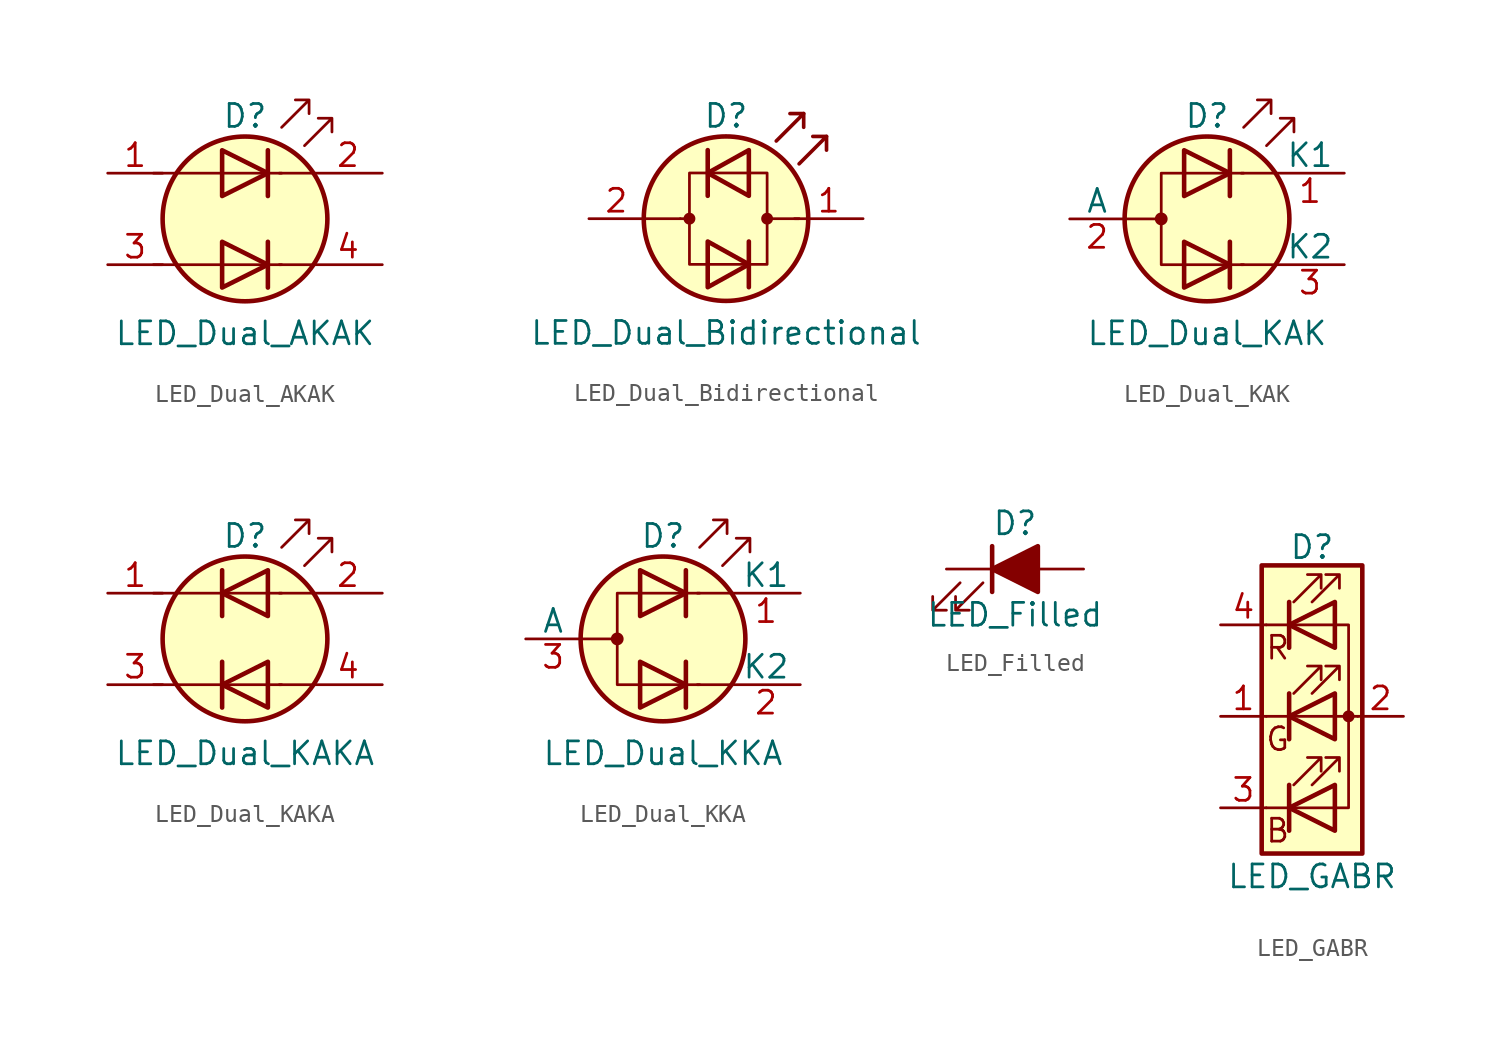
<source format=kicad_sym>
(kicad_symbol_lib
  (version 20241209)
  (generator "kicad_symbol_editor")
  (generator_version "9.0")
  (symbol "LED_Dual_AKAK"
    (pin_names
      (offset 0)
      (hide yes))
    (property "Reference" "D"
      (at 0 5.715 0)
      (effects (font (size 1.27 1.27))))
    (property "Value" "LED_Dual_AKAK"
      (at 0 -6.35 0)
      (effects (font (size 1.27 1.27))))
    (symbol "LED_Dual_AKAK_0_1"
      (polyline (pts (xy -5.08 2.54) (xy 2.032 2.54)) (stroke (width 0) (type solid)) (fill (type none)))
      (polyline (pts (xy -5.08 -2.54) (xy 2.032 -2.54)) (stroke (width 0) (type solid)) (fill (type none)))
      (polyline (pts (xy -1.27 3.81) (xy -1.27 1.27) (xy 1.27 2.54) (xy -1.27 3.81)) (stroke (width 0.254) (type solid)) (fill (type none)))
      (polyline (pts (xy -1.27 -1.27) (xy -1.27 -3.81) (xy 1.27 -2.54) (xy -1.27 -1.27)) (stroke (width 0.254) (type solid)) (fill (type none)))
      (circle (center 0 0) (radius 4.572) (stroke (width 0.254) (type solid)) (fill (type background)))
      (polyline (pts (xy 1.27 3.81) (xy 1.27 1.27)) (stroke (width 0.254) (type solid)) (fill (type none)))
      (polyline (pts (xy 1.27 -1.27) (xy 1.27 -3.81)) (stroke (width 0.254) (type solid)) (fill (type none)))
      (polyline (pts (xy 2.032 5.08) (xy 3.556 6.604) (xy 2.794 6.604) (xy 3.556 6.604) (xy 3.556 5.842)) (stroke (width 0) (type solid)) (fill (type none)))
      (polyline (pts (xy 3.302 4.064) (xy 4.826 5.588) (xy 4.064 5.588) (xy 4.826 5.588) (xy 4.826 4.826)) (stroke (width 0) (type solid)) (fill (type none)))
      (polyline (pts (xy 3.81 2.54) (xy 1.905 2.54)) (stroke (width 0) (type solid)) (fill (type none)))
      (polyline (pts (xy 3.81 -2.54) (xy 1.905 -2.54)) (stroke (width 0) (type solid)) (fill (type none))))
    (symbol "LED_Dual_AKAK_1_1"
      (pin input line (at -7.62 2.54 0) (length 3.048) (name "A1" (effects (font (size 1.27 1.27)))) (number "1" (effects (font (size 1.27 1.27)))))
      (pin input line (at -7.62 -2.54 0) (length 3.048) (name "A2" (effects (font (size 1.27 1.27)))) (number "3" (effects (font (size 1.27 1.27)))))
      (pin input line (at 7.62 2.54 180) (length 3.81) (name "K1" (effects (font (size 1.27 1.27)))) (number "2" (effects (font (size 1.27 1.27)))))
      (pin input line (at 7.62 -2.54 180) (length 3.81) (name "K2" (effects (font (size 1.27 1.27)))) (number "4" (effects (font (size 1.27 1.27)))))))
  (symbol "LED_Dual_Bidirectional"
    (pin_names
      (offset 0)
      (hide yes))
    (property "Reference" "D"
      (at 0 5.715 0)
      (effects (font (size 1.27 1.27))))
    (property "Value" "LED_Dual_Bidirectional"
      (at 0 -6.35 0)
      (effects (font (size 1.27 1.27))))
    (symbol "LED_Dual_Bidirectional_0_1"
      (polyline (pts (xy -4.572 0) (xy -2.54 0)) (stroke (width 0) (type solid)) (fill (type none)))
      (circle (center -2.032 0) (radius 0.254) (stroke (width 0) (type solid)) (fill (type outline)))
      (polyline (pts (xy -2.032 0) (xy -2.54 0)) (stroke (width 0) (type solid)) (fill (type none)))
      (polyline (pts (xy -1.016 3.81) (xy -1.016 1.27)) (stroke (width 0.254) (type solid)) (fill (type none)))
      (polyline (pts (xy -1.016 -1.27) (xy -1.016 -3.81) (xy 1.27 -2.54) (xy -1.016 -1.27)) (stroke (width 0.254) (type solid)) (fill (type none)))
      (circle (center 0 0) (radius 4.572) (stroke (width 0.254) (type solid)) (fill (type background)))
      (polyline (pts (xy 1.27 3.81) (xy 1.27 1.27) (xy -1.016 2.54) (xy 1.27 3.81)) (stroke (width 0.254) (type solid)) (fill (type none)))
      (polyline (pts (xy 1.27 -1.27) (xy 1.27 -3.81)) (stroke (width 0.254) (type solid)) (fill (type none)))
      (polyline (pts (xy 2.286 2.54) (xy -2.032 2.54) (xy -2.032 -2.54) (xy 2.286 -2.54) (xy 2.286 2.54)) (stroke (width 0) (type solid)) (fill (type none)))
      (circle (center 2.286 0) (radius 0.254) (stroke (width 0) (type solid)) (fill (type outline)))
      (polyline (pts (xy 2.794 4.318) (xy 4.318 5.842) (xy 3.556 5.842)) (stroke (width 0.203) (type solid)) (fill (type none)))
      (polyline (pts (xy 4.064 3.048) (xy 5.588 4.572) (xy 4.826 4.572)) (stroke (width 0.203) (type solid)) (fill (type none)))
      (polyline (pts (xy 4.064 0) (xy 2.286 0)) (stroke (width 0) (type solid)) (fill (type outline)))
      (polyline (pts (xy 4.318 5.842) (xy 4.318 5.08)) (stroke (width 0.203) (type solid)) (fill (type none)))
      (polyline (pts (xy 5.588 4.572) (xy 5.588 3.81)) (stroke (width 0.203) (type solid)) (fill (type none))))
    (symbol "LED_Dual_Bidirectional_1_1"
      (pin input line (at -7.62 0 0) (length 3.048) (name "AK" (effects (font (size 1.27 1.27)))) (number "2" (effects (font (size 1.27 1.27)))))
      (pin input line (at 7.62 0 180) (length 3.81) (name "KA" (effects (font (size 1.27 1.27)))) (number "1" (effects (font (size 1.27 1.27)))))))
  (symbol "LED_Dual_KAK"
    (pin_names
      (offset 0))
    (property "Reference" "D"
      (at 0 5.715 0)
      (effects (font (size 1.27 1.27))))
    (property "Value" "LED_Dual_KAK"
      (at 0 -6.35 0)
      (effects (font (size 1.27 1.27))))
    (symbol "LED_Dual_KAK_0_1"
      (polyline (pts (xy -4.572 0) (xy -2.54 0)) (stroke (width 0) (type solid)) (fill (type none)))
      (circle (center -2.54 0) (radius 0.279) (stroke (width 0) (type solid)) (fill (type outline)))
      (polyline (pts (xy -1.27 3.81) (xy -1.27 1.27) (xy 1.27 2.54) (xy -1.27 3.81)) (stroke (width 0.254) (type solid)) (fill (type none)))
      (polyline (pts (xy -1.27 -1.27) (xy -1.27 -3.81) (xy 1.27 -2.54) (xy -1.27 -1.27)) (stroke (width 0.254) (type solid)) (fill (type none)))
      (circle (center 0 0) (radius 4.572) (stroke (width 0.254) (type solid)) (fill (type background)))
      (polyline (pts (xy 1.27 3.81) (xy 1.27 1.27)) (stroke (width 0.254) (type solid)) (fill (type none)))
      (polyline (pts (xy 1.27 -1.27) (xy 1.27 -3.81)) (stroke (width 0.254) (type solid)) (fill (type none)))
      (polyline (pts (xy 2.032 5.08) (xy 3.556 6.604) (xy 2.794 6.604) (xy 3.556 6.604) (xy 3.556 5.842)) (stroke (width 0) (type solid)) (fill (type none)))
      (polyline (pts (xy 2.032 2.54) (xy -2.54 2.54) (xy -2.54 -2.54) (xy 2.032 -2.54)) (stroke (width 0) (type solid)) (fill (type none)))
      (polyline (pts (xy 3.302 4.064) (xy 4.826 5.588) (xy 4.064 5.588) (xy 4.826 5.588) (xy 4.826 4.826)) (stroke (width 0) (type solid)) (fill (type none)))
      (polyline (pts (xy 3.81 2.54) (xy 1.905 2.54)) (stroke (width 0) (type solid)) (fill (type none)))
      (polyline (pts (xy 3.81 -2.54) (xy 1.905 -2.54)) (stroke (width 0) (type solid)) (fill (type none))))
    (symbol "LED_Dual_KAK_1_1"
      (pin input line (at -7.62 0 0) (length 3.048) (name "A" (effects (font (size 1.27 1.27)))) (number "2" (effects (font (size 1.27 1.27)))))
      (pin input line (at 7.62 2.54 180) (length 3.81) (name "K1" (effects (font (size 1.27 1.27)))) (number "1" (effects (font (size 1.27 1.27)))))
      (pin input line (at 7.62 -2.54 180) (length 3.81) (name "K2" (effects (font (size 1.27 1.27)))) (number "3" (effects (font (size 1.27 1.27)))))))
  (symbol "LED_Dual_KAKA"
    (pin_names
      (offset 0)
      (hide yes))
    (property "Reference" "D"
      (at 0 5.715 0)
      (effects (font (size 1.27 1.27))))
    (property "Value" "LED_Dual_KAKA"
      (at 0 -6.35 0)
      (effects (font (size 1.27 1.27))))
    (symbol "LED_Dual_KAKA_0_1"
      (polyline (pts (xy -5.08 2.54) (xy 2.032 2.54)) (stroke (width 0) (type solid)) (fill (type none)))
      (polyline (pts (xy -5.08 -2.54) (xy 2.032 -2.54)) (stroke (width 0) (type solid)) (fill (type none)))
      (polyline (pts (xy -1.27 3.81) (xy -1.27 1.27)) (stroke (width 0.254) (type solid)) (fill (type none)))
      (polyline (pts (xy -1.27 -1.27) (xy -1.27 -3.81)) (stroke (width 0.254) (type solid)) (fill (type none)))
      (circle (center 0 0) (radius 4.572) (stroke (width 0.254) (type solid)) (fill (type background)))
      (polyline (pts (xy 1.27 3.81) (xy 1.27 1.27) (xy -1.27 2.54) (xy 1.27 3.81)) (stroke (width 0.254) (type solid)) (fill (type none)))
      (polyline (pts (xy 1.27 -1.27) (xy 1.27 -3.81) (xy -1.27 -2.54) (xy 1.27 -1.27)) (stroke (width 0.254) (type solid)) (fill (type none)))
      (polyline (pts (xy 2.032 5.08) (xy 3.556 6.604) (xy 2.794 6.604) (xy 3.556 6.604) (xy 3.556 5.842)) (stroke (width 0) (type solid)) (fill (type none)))
      (polyline (pts (xy 3.302 4.064) (xy 4.826 5.588) (xy 4.064 5.588) (xy 4.826 5.588) (xy 4.826 4.826)) (stroke (width 0) (type solid)) (fill (type none)))
      (polyline (pts (xy 3.81 2.54) (xy 1.905 2.54)) (stroke (width 0) (type solid)) (fill (type none)))
      (polyline (pts (xy 3.81 -2.54) (xy 1.905 -2.54)) (stroke (width 0) (type solid)) (fill (type none))))
    (symbol "LED_Dual_KAKA_1_1"
      (pin input line (at -7.62 2.54 0) (length 3.048) (name "A1" (effects (font (size 1.27 1.27)))) (number "1" (effects (font (size 1.27 1.27)))))
      (pin input line (at -7.62 -2.54 0) (length 3.048) (name "A2" (effects (font (size 1.27 1.27)))) (number "3" (effects (font (size 1.27 1.27)))))
      (pin input line (at 7.62 2.54 180) (length 3.81) (name "K1" (effects (font (size 1.27 1.27)))) (number "2" (effects (font (size 1.27 1.27)))))
      (pin input line (at 7.62 -2.54 180) (length 3.81) (name "K2" (effects (font (size 1.27 1.27)))) (number "4" (effects (font (size 1.27 1.27)))))))
  (symbol "LED_Dual_KKA"
    (pin_names
      (offset 0))
    (property "Reference" "D"
      (at 0 5.715 0)
      (effects (font (size 1.27 1.27))))
    (property "Value" "LED_Dual_KKA"
      (at 0 -6.35 0)
      (effects (font (size 1.27 1.27))))
    (symbol "LED_Dual_KKA_0_1"
      (polyline (pts (xy -4.572 0) (xy -2.54 0)) (stroke (width 0) (type solid)) (fill (type none)))
      (circle (center -2.54 0) (radius 0.279) (stroke (width 0) (type solid)) (fill (type outline)))
      (polyline (pts (xy -1.27 3.81) (xy -1.27 1.27) (xy 1.27 2.54) (xy -1.27 3.81)) (stroke (width 0.254) (type solid)) (fill (type none)))
      (polyline (pts (xy -1.27 -1.27) (xy -1.27 -3.81) (xy 1.27 -2.54) (xy -1.27 -1.27)) (stroke (width 0.254) (type solid)) (fill (type none)))
      (circle (center 0 0) (radius 4.572) (stroke (width 0.254) (type solid)) (fill (type background)))
      (polyline (pts (xy 1.27 3.81) (xy 1.27 1.27)) (stroke (width 0.254) (type solid)) (fill (type none)))
      (polyline (pts (xy 1.27 -1.27) (xy 1.27 -3.81)) (stroke (width 0.254) (type solid)) (fill (type none)))
      (polyline (pts (xy 2.032 5.08) (xy 3.556 6.604) (xy 2.794 6.604) (xy 3.556 6.604) (xy 3.556 5.842)) (stroke (width 0) (type solid)) (fill (type none)))
      (polyline (pts (xy 2.032 2.54) (xy -2.54 2.54) (xy -2.54 -2.54) (xy 2.032 -2.54)) (stroke (width 0) (type solid)) (fill (type none)))
      (polyline (pts (xy 3.302 4.064) (xy 4.826 5.588) (xy 4.064 5.588) (xy 4.826 5.588) (xy 4.826 4.826)) (stroke (width 0) (type solid)) (fill (type none)))
      (polyline (pts (xy 3.81 2.54) (xy 1.905 2.54)) (stroke (width 0) (type solid)) (fill (type none)))
      (polyline (pts (xy 3.81 -2.54) (xy 1.905 -2.54)) (stroke (width 0) (type solid)) (fill (type none))))
    (symbol "LED_Dual_KKA_1_1"
      (pin input line (at -7.62 0 0) (length 3.048) (name "A" (effects (font (size 1.27 1.27)))) (number "3" (effects (font (size 1.27 1.27)))))
      (pin input line (at 7.62 2.54 180) (length 3.81) (name "K1" (effects (font (size 1.27 1.27)))) (number "1" (effects (font (size 1.27 1.27)))))
      (pin input line (at 7.62 -2.54 180) (length 3.81) (name "K2" (effects (font (size 1.27 1.27)))) (number "2" (effects (font (size 1.27 1.27)))))))
  (symbol "LED_Filled"
    (pin_numbers
      (hide yes))
    (pin_names
      (offset 1.016)
      (hide yes))
    (property "Reference" "D"
      (at 0 2.54 0)
      (effects (font (size 1.27 1.27))))
    (property "Value" "LED_Filled"
      (at 0 -2.54 0)
      (effects (font (size 1.27 1.27))))
    (symbol "LED_Filled_0_1"
      (polyline (pts (xy -3.048 -0.762) (xy -4.572 -2.286) (xy -3.81 -2.286) (xy -4.572 -2.286) (xy -4.572 -1.524)) (stroke (width 0) (type solid)) (fill (type none)))
      (polyline (pts (xy -1.778 -0.762) (xy -3.302 -2.286) (xy -2.54 -2.286) (xy -3.302 -2.286) (xy -3.302 -1.524)) (stroke (width 0) (type solid)) (fill (type none)))
      (polyline (pts (xy -1.27 0) (xy 1.27 0)) (stroke (width 0) (type solid)) (fill (type none)))
      (polyline (pts (xy -1.27 -1.27) (xy -1.27 1.27)) (stroke (width 0.254) (type solid)) (fill (type none)))
      (polyline (pts (xy 1.27 -1.27) (xy 1.27 1.27) (xy -1.27 0) (xy 1.27 -1.27)) (stroke (width 0.254) (type solid)) (fill (type outline))))
    (symbol "LED_Filled_1_1"
      (pin passive line (at -3.81 0 0) (length 2.54) (name "K" (effects (font (size 1.27 1.27)))) (number "1" (effects (font (size 1.27 1.27)))))
      (pin passive line (at 3.81 0 180) (length 2.54) (name "A" (effects (font (size 1.27 1.27)))) (number "2" (effects (font (size 1.27 1.27)))))))
  (symbol "LED_GABR"
    (pin_names
      (offset 0)
      (hide yes))
    (property "Reference" "D"
      (at 0 9.398 0)
      (effects (font (size 1.27 1.27))))
    (property "Value" "LED_GABR"
      (at 0 -8.89 0)
      (effects (font (size 1.27 1.27))))
    (symbol "LED_GABR_0_0"
      (text "R" (at -1.905 3.81 0) (effects (font (size 1.27 1.27))))
      (text "G" (at -1.905 -1.27 0) (effects (font (size 1.27 1.27))))
      (text "B" (at -1.905 -6.35 0) (effects (font (size 1.27 1.27)))))
    (symbol "LED_GABR_0_1"
      (polyline (pts (xy -1.27 6.35) (xy -1.27 3.81)) (stroke (width 0.254) (type solid)) (fill (type none)))
      (polyline (pts (xy -1.27 6.35) (xy -1.27 3.81) (xy -1.27 3.81)) (stroke (width 0) (type solid)) (fill (type none)))
      (polyline (pts (xy -1.27 5.08) (xy -2.54 5.08)) (stroke (width 0) (type solid)) (fill (type none)))
      (polyline (pts (xy -1.27 5.08) (xy 1.27 5.08)) (stroke (width 0) (type solid)) (fill (type none)))
      (polyline (pts (xy -1.27 1.27) (xy -1.27 -1.27)) (stroke (width 0.254) (type solid)) (fill (type none)))
      (polyline (pts (xy -1.27 1.27) (xy -1.27 -1.27) (xy -1.27 -1.27)) (stroke (width 0) (type solid)) (fill (type none)))
      (polyline (pts (xy -1.27 0) (xy -2.54 0)) (stroke (width 0) (type solid)) (fill (type none)))
      (polyline (pts (xy -1.27 -3.81) (xy -1.27 -6.35)) (stroke (width 0.254) (type solid)) (fill (type none)))
      (polyline (pts (xy -1.27 -5.08) (xy -2.54 -5.08)) (stroke (width 0) (type solid)) (fill (type none)))
      (polyline (pts (xy -1.27 -5.08) (xy 1.27 -5.08)) (stroke (width 0) (type solid)) (fill (type none)))
      (polyline (pts (xy -1.016 6.35) (xy 0.508 7.874) (xy -0.254 7.874) (xy 0.508 7.874) (xy 0.508 7.112)) (stroke (width 0) (type solid)) (fill (type none)))
      (polyline (pts (xy -1.016 1.27) (xy 0.508 2.794) (xy -0.254 2.794) (xy 0.508 2.794) (xy 0.508 2.032)) (stroke (width 0) (type solid)) (fill (type none)))
      (polyline (pts (xy -1.016 -3.81) (xy 0.508 -2.286) (xy -0.254 -2.286) (xy 0.508 -2.286) (xy 0.508 -3.048)) (stroke (width 0) (type solid)) (fill (type none)))
      (polyline (pts (xy 0 6.35) (xy 1.524 7.874) (xy 0.762 7.874) (xy 1.524 7.874) (xy 1.524 7.112)) (stroke (width 0) (type solid)) (fill (type none)))
      (polyline (pts (xy 0 1.27) (xy 1.524 2.794) (xy 0.762 2.794) (xy 1.524 2.794) (xy 1.524 2.032)) (stroke (width 0) (type solid)) (fill (type none)))
      (polyline (pts (xy 0 -3.81) (xy 1.524 -2.286) (xy 0.762 -2.286) (xy 1.524 -2.286) (xy 1.524 -3.048)) (stroke (width 0) (type solid)) (fill (type none)))
      (polyline (pts (xy 1.27 6.35) (xy 1.27 3.81) (xy -1.27 5.08) (xy 1.27 6.35)) (stroke (width 0.254) (type solid)) (fill (type none)))
      (rectangle (start 1.27 6.35) (end 1.27 6.35) (stroke (width 0) (type solid)) (fill (type none)))
      (rectangle (start 1.27 3.81) (end 1.27 6.35) (stroke (width 0) (type solid)) (fill (type none)))
      (polyline (pts (xy 1.27 1.27) (xy 1.27 -1.27) (xy -1.27 0) (xy 1.27 1.27)) (stroke (width 0.254) (type solid)) (fill (type none)))
      (rectangle (start 1.27 1.27) (end 1.27 1.27) (stroke (width 0) (type solid)) (fill (type none)))
      (polyline (pts (xy 1.27 0) (xy -1.27 0)) (stroke (width 0) (type solid)) (fill (type none)))
      (polyline (pts (xy 1.27 0) (xy 2.54 0)) (stroke (width 0) (type solid)) (fill (type none)))
      (rectangle (start 1.27 -1.27) (end 1.27 1.27) (stroke (width 0) (type solid)) (fill (type none)))
      (polyline (pts (xy 1.27 -3.81) (xy 1.27 -6.35) (xy -1.27 -5.08) (xy 1.27 -3.81)) (stroke (width 0.254) (type solid)) (fill (type none)))
      (polyline (pts (xy 1.27 -5.08) (xy 2.032 -5.08) (xy 2.032 5.08) (xy 1.27 5.08)) (stroke (width 0) (type solid)) (fill (type none)))
      (circle (center 2.032 0) (radius 0.254) (stroke (width 0) (type solid)) (fill (type outline)))
      (rectangle (start 2.794 8.382) (end -2.794 -7.62) (stroke (width 0.254) (type solid)) (fill (type background))))
    (symbol "LED_GABR_1_1"
      (pin passive line (at -5.08 5.08 0) (length 2.54) (name "RK" (effects (font (size 1.27 1.27)))) (number "4" (effects (font (size 1.27 1.27)))))
      (pin passive line (at -5.08 0 0) (length 2.54) (name "GK" (effects (font (size 1.27 1.27)))) (number "1" (effects (font (size 1.27 1.27)))))
      (pin passive line (at -5.08 -5.08 0) (length 2.54) (name "BK" (effects (font (size 1.27 1.27)))) (number "3" (effects (font (size 1.27 1.27)))))
      (pin passive line (at 5.08 0 180) (length 2.54) (name "A" (effects (font (size 1.27 1.27)))) (number "2" (effects (font (size 1.27 1.27))))))))
</source>
